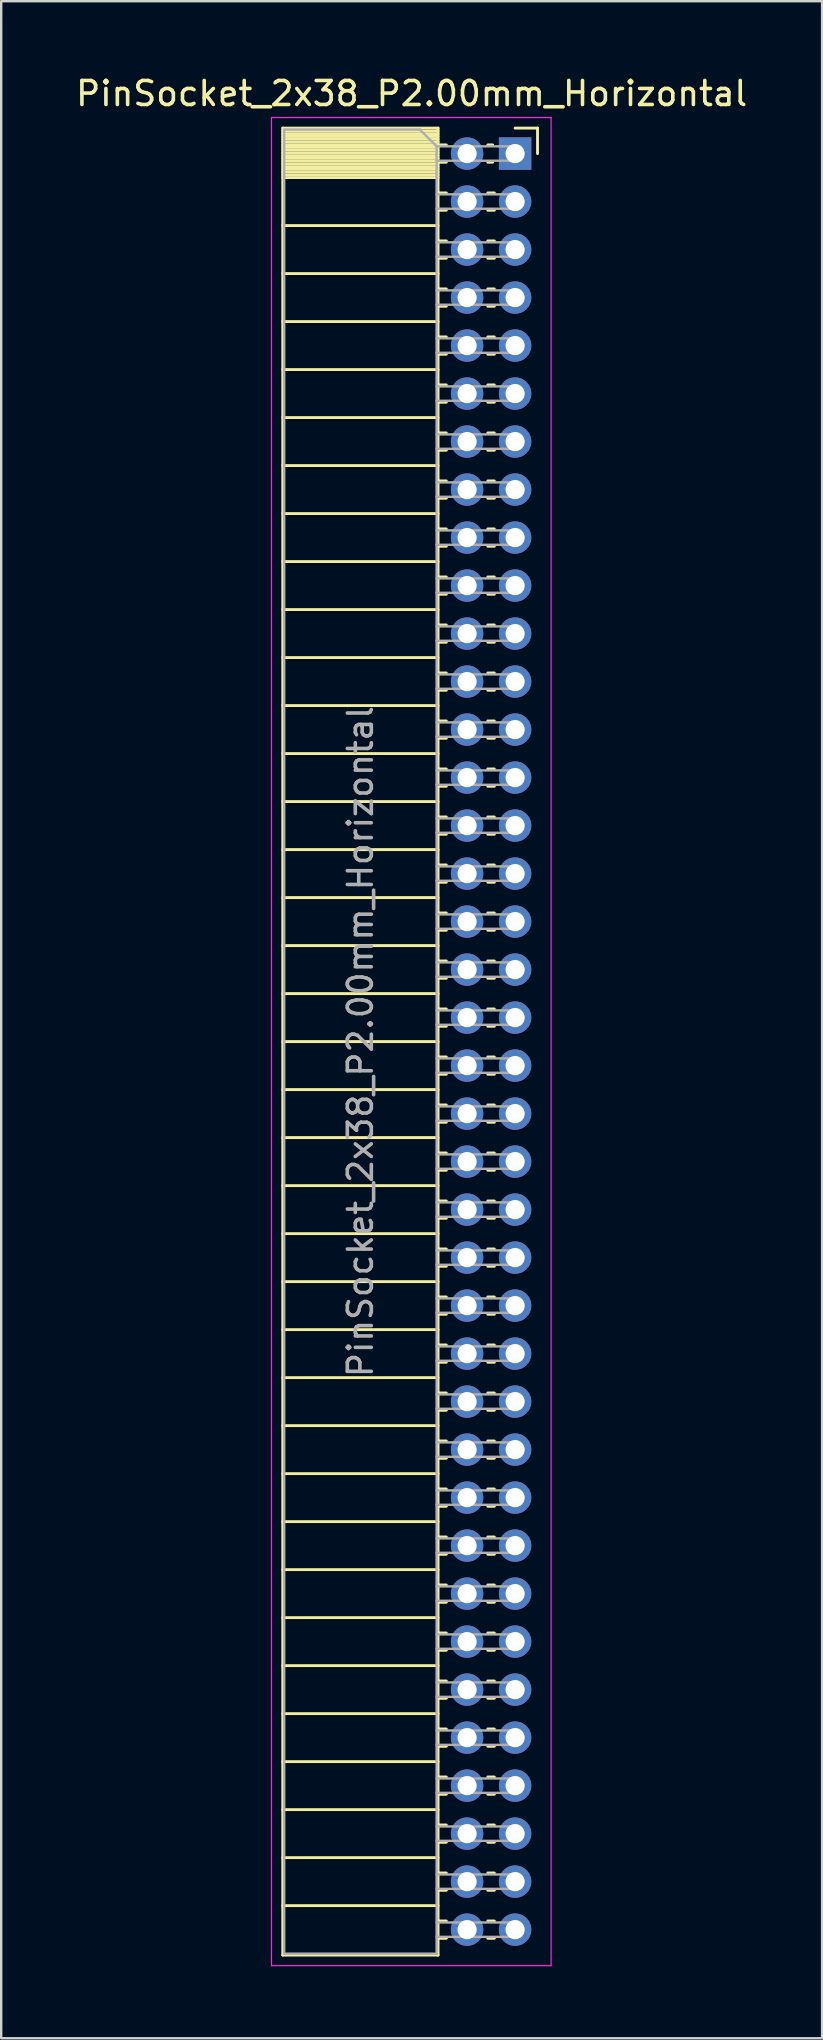
<source format=kicad_pcb>
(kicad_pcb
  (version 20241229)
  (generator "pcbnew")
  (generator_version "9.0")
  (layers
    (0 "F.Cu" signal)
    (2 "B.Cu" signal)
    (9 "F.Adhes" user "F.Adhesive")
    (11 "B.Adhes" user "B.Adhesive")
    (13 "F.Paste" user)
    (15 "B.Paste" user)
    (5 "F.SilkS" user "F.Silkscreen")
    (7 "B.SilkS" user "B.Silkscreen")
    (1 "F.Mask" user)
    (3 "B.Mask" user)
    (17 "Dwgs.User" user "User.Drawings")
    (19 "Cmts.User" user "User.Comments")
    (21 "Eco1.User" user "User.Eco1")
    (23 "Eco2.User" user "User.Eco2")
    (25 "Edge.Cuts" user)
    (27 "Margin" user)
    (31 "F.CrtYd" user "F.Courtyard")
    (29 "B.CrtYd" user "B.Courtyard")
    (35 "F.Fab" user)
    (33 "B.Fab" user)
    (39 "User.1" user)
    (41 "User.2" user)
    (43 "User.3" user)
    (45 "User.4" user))
  (footprint "PinSocket_2x38_P2.00mm_Horizontal"
    (layer "F.Cu")
    (at 18.411 3.348)
    (property "Reference" "PinSocket_2x38_P2.00mm_Horizontal" (at -4.31 -2.5 0) (layer "F.SilkS") (effects (font (size 1 1) (thickness 0.15))))
    (attr through_hole)
    (fp_line (start -9.68 -1.06) (end -9.68 75.06) (stroke (width 0.12) (type solid)) (layer "F.SilkS"))
    (fp_line (start -9.68 -1.06) (end -3.21 -1.06) (stroke (width 0.12) (type solid)) (layer "F.SilkS"))
    (fp_line (start -9.68 -0.94) (end -3.21 -0.94) (stroke (width 0.12) (type solid)) (layer "F.SilkS"))
    (fp_line (start -9.68 -0.826) (end -3.21 -0.826) (stroke (width 0.12) (type solid)) (layer "F.SilkS"))
    (fp_line (start -9.68 -0.712) (end -3.21 -0.712) (stroke (width 0.12) (type solid)) (layer "F.SilkS"))
    (fp_line (start -9.68 -0.598) (end -3.21 -0.598) (stroke (width 0.12) (type solid)) (layer "F.SilkS"))
    (fp_line (start -9.68 -0.484) (end -3.21 -0.484) (stroke (width 0.12) (type solid)) (layer "F.SilkS"))
    (fp_line (start -9.68 -0.369) (end -3.21 -0.369) (stroke (width 0.12) (type solid)) (layer "F.SilkS"))
    (fp_line (start -9.68 -0.255) (end -3.21 -0.255) (stroke (width 0.12) (type solid)) (layer "F.SilkS"))
    (fp_line (start -9.68 -0.141) (end -3.21 -0.141) (stroke (width 0.12) (type solid)) (layer "F.SilkS"))
    (fp_line (start -9.68 -0.027) (end -3.21 -0.027) (stroke (width 0.12) (type solid)) (layer "F.SilkS"))
    (fp_line (start -9.68 0.087) (end -3.21 0.087) (stroke (width 0.12) (type solid)) (layer "F.SilkS"))
    (fp_line (start -9.68 0.201) (end -3.21 0.201) (stroke (width 0.12) (type solid)) (layer "F.SilkS"))
    (fp_line (start -9.68 0.315) (end -3.21 0.315) (stroke (width 0.12) (type solid)) (layer "F.SilkS"))
    (fp_line (start -9.68 0.429) (end -3.21 0.429) (stroke (width 0.12) (type solid)) (layer "F.SilkS"))
    (fp_line (start -9.68 0.544) (end -3.21 0.544) (stroke (width 0.12) (type solid)) (layer "F.SilkS"))
    (fp_line (start -9.68 0.658) (end -3.21 0.658) (stroke (width 0.12) (type solid)) (layer "F.SilkS"))
    (fp_line (start -9.68 0.772) (end -3.21 0.772) (stroke (width 0.12) (type solid)) (layer "F.SilkS"))
    (fp_line (start -9.68 0.886) (end -3.21 0.886) (stroke (width 0.12) (type solid)) (layer "F.SilkS"))
    (fp_line (start -9.68 1) (end -3.21 1) (stroke (width 0.12) (type solid)) (layer "F.SilkS"))
    (fp_line (start -9.68 3) (end -3.21 3) (stroke (width 0.12) (type solid)) (layer "F.SilkS"))
    (fp_line (start -9.68 5) (end -3.21 5) (stroke (width 0.12) (type solid)) (layer "F.SilkS"))
    (fp_line (start -9.68 7) (end -3.21 7) (stroke (width 0.12) (type solid)) (layer "F.SilkS"))
    (fp_line (start -9.68 9) (end -3.21 9) (stroke (width 0.12) (type solid)) (layer "F.SilkS"))
    (fp_line (start -9.68 11) (end -3.21 11) (stroke (width 0.12) (type solid)) (layer "F.SilkS"))
    (fp_line (start -9.68 13) (end -3.21 13) (stroke (width 0.12) (type solid)) (layer "F.SilkS"))
    (fp_line (start -9.68 15) (end -3.21 15) (stroke (width 0.12) (type solid)) (layer "F.SilkS"))
    (fp_line (start -9.68 17) (end -3.21 17) (stroke (width 0.12) (type solid)) (layer "F.SilkS"))
    (fp_line (start -9.68 19) (end -3.21 19) (stroke (width 0.12) (type solid)) (layer "F.SilkS"))
    (fp_line (start -9.68 21) (end -3.21 21) (stroke (width 0.12) (type solid)) (layer "F.SilkS"))
    (fp_line (start -9.68 23) (end -3.21 23) (stroke (width 0.12) (type solid)) (layer "F.SilkS"))
    (fp_line (start -9.68 25) (end -3.21 25) (stroke (width 0.12) (type solid)) (layer "F.SilkS"))
    (fp_line (start -9.68 27) (end -3.21 27) (stroke (width 0.12) (type solid)) (layer "F.SilkS"))
    (fp_line (start -9.68 29) (end -3.21 29) (stroke (width 0.12) (type solid)) (layer "F.SilkS"))
    (fp_line (start -9.68 31) (end -3.21 31) (stroke (width 0.12) (type solid)) (layer "F.SilkS"))
    (fp_line (start -9.68 33) (end -3.21 33) (stroke (width 0.12) (type solid)) (layer "F.SilkS"))
    (fp_line (start -9.68 35) (end -3.21 35) (stroke (width 0.12) (type solid)) (layer "F.SilkS"))
    (fp_line (start -9.68 37) (end -3.21 37) (stroke (width 0.12) (type solid)) (layer "F.SilkS"))
    (fp_line (start -9.68 39) (end -3.21 39) (stroke (width 0.12) (type solid)) (layer "F.SilkS"))
    (fp_line (start -9.68 41) (end -3.21 41) (stroke (width 0.12) (type solid)) (layer "F.SilkS"))
    (fp_line (start -9.68 43) (end -3.21 43) (stroke (width 0.12) (type solid)) (layer "F.SilkS"))
    (fp_line (start -9.68 45) (end -3.21 45) (stroke (width 0.12) (type solid)) (layer "F.SilkS"))
    (fp_line (start -9.68 47) (end -3.21 47) (stroke (width 0.12) (type solid)) (layer "F.SilkS"))
    (fp_line (start -9.68 49) (end -3.21 49) (stroke (width 0.12) (type solid)) (layer "F.SilkS"))
    (fp_line (start -9.68 51) (end -3.21 51) (stroke (width 0.12) (type solid)) (layer "F.SilkS"))
    (fp_line (start -9.68 53) (end -3.21 53) (stroke (width 0.12) (type solid)) (layer "F.SilkS"))
    (fp_line (start -9.68 55) (end -3.21 55) (stroke (width 0.12) (type solid)) (layer "F.SilkS"))
    (fp_line (start -9.68 57) (end -3.21 57) (stroke (width 0.12) (type solid)) (layer "F.SilkS"))
    (fp_line (start -9.68 59) (end -3.21 59) (stroke (width 0.12) (type solid)) (layer "F.SilkS"))
    (fp_line (start -9.68 61) (end -3.21 61) (stroke (width 0.12) (type solid)) (layer "F.SilkS"))
    (fp_line (start -9.68 63) (end -3.21 63) (stroke (width 0.12) (type solid)) (layer "F.SilkS"))
    (fp_line (start -9.68 65) (end -3.21 65) (stroke (width 0.12) (type solid)) (layer "F.SilkS"))
    (fp_line (start -9.68 67) (end -3.21 67) (stroke (width 0.12) (type solid)) (layer "F.SilkS"))
    (fp_line (start -9.68 69) (end -3.21 69) (stroke (width 0.12) (type solid)) (layer "F.SilkS"))
    (fp_line (start -9.68 71) (end -3.21 71) (stroke (width 0.12) (type solid)) (layer "F.SilkS"))
    (fp_line (start -9.68 73) (end -3.21 73) (stroke (width 0.12) (type solid)) (layer "F.SilkS"))
    (fp_line (start -9.68 75.06) (end -3.21 75.06) (stroke (width 0.12) (type solid)) (layer "F.SilkS"))
    (fp_line (start -3.21 -1.06) (end -3.21 75.06) (stroke (width 0.12) (type solid)) (layer "F.SilkS"))
    (fp_line (start -3.21 -0.36) (end -2.863 -0.36) (stroke (width 0.12) (type solid)) (layer "F.SilkS"))
    (fp_line (start -3.21 0.36) (end -2.863 0.36) (stroke (width 0.12) (type solid)) (layer "F.SilkS"))
    (fp_line (start -3.21 1.64) (end -2.863 1.64) (stroke (width 0.12) (type solid)) (layer "F.SilkS"))
    (fp_line (start -3.21 2.36) (end -2.863 2.36) (stroke (width 0.12) (type solid)) (layer "F.SilkS"))
    (fp_line (start -3.21 3.64) (end -2.863 3.64) (stroke (width 0.12) (type solid)) (layer "F.SilkS"))
    (fp_line (start -3.21 4.36) (end -2.863 4.36) (stroke (width 0.12) (type solid)) (layer "F.SilkS"))
    (fp_line (start -3.21 5.64) (end -2.863 5.64) (stroke (width 0.12) (type solid)) (layer "F.SilkS"))
    (fp_line (start -3.21 6.36) (end -2.863 6.36) (stroke (width 0.12) (type solid)) (layer "F.SilkS"))
    (fp_line (start -3.21 7.64) (end -2.863 7.64) (stroke (width 0.12) (type solid)) (layer "F.SilkS"))
    (fp_line (start -3.21 8.36) (end -2.863 8.36) (stroke (width 0.12) (type solid)) (layer "F.SilkS"))
    (fp_line (start -3.21 9.64) (end -2.863 9.64) (stroke (width 0.12) (type solid)) (layer "F.SilkS"))
    (fp_line (start -3.21 10.36) (end -2.863 10.36) (stroke (width 0.12) (type solid)) (layer "F.SilkS"))
    (fp_line (start -3.21 11.64) (end -2.863 11.64) (stroke (width 0.12) (type solid)) (layer "F.SilkS"))
    (fp_line (start -3.21 12.36) (end -2.863 12.36) (stroke (width 0.12) (type solid)) (layer "F.SilkS"))
    (fp_line (start -3.21 13.64) (end -2.863 13.64) (stroke (width 0.12) (type solid)) (layer "F.SilkS"))
    (fp_line (start -3.21 14.36) (end -2.863 14.36) (stroke (width 0.12) (type solid)) (layer "F.SilkS"))
    (fp_line (start -3.21 15.64) (end -2.863 15.64) (stroke (width 0.12) (type solid)) (layer "F.SilkS"))
    (fp_line (start -3.21 16.36) (end -2.863 16.36) (stroke (width 0.12) (type solid)) (layer "F.SilkS"))
    (fp_line (start -3.21 17.64) (end -2.863 17.64) (stroke (width 0.12) (type solid)) (layer "F.SilkS"))
    (fp_line (start -3.21 18.36) (end -2.863 18.36) (stroke (width 0.12) (type solid)) (layer "F.SilkS"))
    (fp_line (start -3.21 19.64) (end -2.863 19.64) (stroke (width 0.12) (type solid)) (layer "F.SilkS"))
    (fp_line (start -3.21 20.36) (end -2.863 20.36) (stroke (width 0.12) (type solid)) (layer "F.SilkS"))
    (fp_line (start -3.21 21.64) (end -2.863 21.64) (stroke (width 0.12) (type solid)) (layer "F.SilkS"))
    (fp_line (start -3.21 22.36) (end -2.863 22.36) (stroke (width 0.12) (type solid)) (layer "F.SilkS"))
    (fp_line (start -3.21 23.64) (end -2.863 23.64) (stroke (width 0.12) (type solid)) (layer "F.SilkS"))
    (fp_line (start -3.21 24.36) (end -2.863 24.36) (stroke (width 0.12) (type solid)) (layer "F.SilkS"))
    (fp_line (start -3.21 25.64) (end -2.863 25.64) (stroke (width 0.12) (type solid)) (layer "F.SilkS"))
    (fp_line (start -3.21 26.36) (end -2.863 26.36) (stroke (width 0.12) (type solid)) (layer "F.SilkS"))
    (fp_line (start -3.21 27.64) (end -2.863 27.64) (stroke (width 0.12) (type solid)) (layer "F.SilkS"))
    (fp_line (start -3.21 28.36) (end -2.863 28.36) (stroke (width 0.12) (type solid)) (layer "F.SilkS"))
    (fp_line (start -3.21 29.64) (end -2.863 29.64) (stroke (width 0.12) (type solid)) (layer "F.SilkS"))
    (fp_line (start -3.21 30.36) (end -2.863 30.36) (stroke (width 0.12) (type solid)) (layer "F.SilkS"))
    (fp_line (start -3.21 31.64) (end -2.863 31.64) (stroke (width 0.12) (type solid)) (layer "F.SilkS"))
    (fp_line (start -3.21 32.36) (end -2.863 32.36) (stroke (width 0.12) (type solid)) (layer "F.SilkS"))
    (fp_line (start -3.21 33.64) (end -2.863 33.64) (stroke (width 0.12) (type solid)) (layer "F.SilkS"))
    (fp_line (start -3.21 34.36) (end -2.863 34.36) (stroke (width 0.12) (type solid)) (layer "F.SilkS"))
    (fp_line (start -3.21 35.64) (end -2.863 35.64) (stroke (width 0.12) (type solid)) (layer "F.SilkS"))
    (fp_line (start -3.21 36.36) (end -2.863 36.36) (stroke (width 0.12) (type solid)) (layer "F.SilkS"))
    (fp_line (start -3.21 37.64) (end -2.863 37.64) (stroke (width 0.12) (type solid)) (layer "F.SilkS"))
    (fp_line (start -3.21 38.36) (end -2.863 38.36) (stroke (width 0.12) (type solid)) (layer "F.SilkS"))
    (fp_line (start -3.21 39.64) (end -2.863 39.64) (stroke (width 0.12) (type solid)) (layer "F.SilkS"))
    (fp_line (start -3.21 40.36) (end -2.863 40.36) (stroke (width 0.12) (type solid)) (layer "F.SilkS"))
    (fp_line (start -3.21 41.64) (end -2.863 41.64) (stroke (width 0.12) (type solid)) (layer "F.SilkS"))
    (fp_line (start -3.21 42.36) (end -2.863 42.36) (stroke (width 0.12) (type solid)) (layer "F.SilkS"))
    (fp_line (start -3.21 43.64) (end -2.863 43.64) (stroke (width 0.12) (type solid)) (layer "F.SilkS"))
    (fp_line (start -3.21 44.36) (end -2.863 44.36) (stroke (width 0.12) (type solid)) (layer "F.SilkS"))
    (fp_line (start -3.21 45.64) (end -2.863 45.64) (stroke (width 0.12) (type solid)) (layer "F.SilkS"))
    (fp_line (start -3.21 46.36) (end -2.863 46.36) (stroke (width 0.12) (type solid)) (layer "F.SilkS"))
    (fp_line (start -3.21 47.64) (end -2.863 47.64) (stroke (width 0.12) (type solid)) (layer "F.SilkS"))
    (fp_line (start -3.21 48.36) (end -2.863 48.36) (stroke (width 0.12) (type solid)) (layer "F.SilkS"))
    (fp_line (start -3.21 49.64) (end -2.863 49.64) (stroke (width 0.12) (type solid)) (layer "F.SilkS"))
    (fp_line (start -3.21 50.36) (end -2.863 50.36) (stroke (width 0.12) (type solid)) (layer "F.SilkS"))
    (fp_line (start -3.21 51.64) (end -2.863 51.64) (stroke (width 0.12) (type solid)) (layer "F.SilkS"))
    (fp_line (start -3.21 52.36) (end -2.863 52.36) (stroke (width 0.12) (type solid)) (layer "F.SilkS"))
    (fp_line (start -3.21 53.64) (end -2.863 53.64) (stroke (width 0.12) (type solid)) (layer "F.SilkS"))
    (fp_line (start -3.21 54.36) (end -2.863 54.36) (stroke (width 0.12) (type solid)) (layer "F.SilkS"))
    (fp_line (start -3.21 55.64) (end -2.863 55.64) (stroke (width 0.12) (type solid)) (layer "F.SilkS"))
    (fp_line (start -3.21 56.36) (end -2.863 56.36) (stroke (width 0.12) (type solid)) (layer "F.SilkS"))
    (fp_line (start -3.21 57.64) (end -2.863 57.64) (stroke (width 0.12) (type solid)) (layer "F.SilkS"))
    (fp_line (start -3.21 58.36) (end -2.863 58.36) (stroke (width 0.12) (type solid)) (layer "F.SilkS"))
    (fp_line (start -3.21 59.64) (end -2.863 59.64) (stroke (width 0.12) (type solid)) (layer "F.SilkS"))
    (fp_line (start -3.21 60.36) (end -2.863 60.36) (stroke (width 0.12) (type solid)) (layer "F.SilkS"))
    (fp_line (start -3.21 61.64) (end -2.863 61.64) (stroke (width 0.12) (type solid)) (layer "F.SilkS"))
    (fp_line (start -3.21 62.36) (end -2.863 62.36) (stroke (width 0.12) (type solid)) (layer "F.SilkS"))
    (fp_line (start -3.21 63.64) (end -2.863 63.64) (stroke (width 0.12) (type solid)) (layer "F.SilkS"))
    (fp_line (start -3.21 64.36) (end -2.863 64.36) (stroke (width 0.12) (type solid)) (layer "F.SilkS"))
    (fp_line (start -3.21 65.64) (end -2.863 65.64) (stroke (width 0.12) (type solid)) (layer "F.SilkS"))
    (fp_line (start -3.21 66.36) (end -2.863 66.36) (stroke (width 0.12) (type solid)) (layer "F.SilkS"))
    (fp_line (start -3.21 67.64) (end -2.863 67.64) (stroke (width 0.12) (type solid)) (layer "F.SilkS"))
    (fp_line (start -3.21 68.36) (end -2.863 68.36) (stroke (width 0.12) (type solid)) (layer "F.SilkS"))
    (fp_line (start -3.21 69.64) (end -2.863 69.64) (stroke (width 0.12) (type solid)) (layer "F.SilkS"))
    (fp_line (start -3.21 70.36) (end -2.863 70.36) (stroke (width 0.12) (type solid)) (layer "F.SilkS"))
    (fp_line (start -3.21 71.64) (end -2.863 71.64) (stroke (width 0.12) (type solid)) (layer "F.SilkS"))
    (fp_line (start -3.21 72.36) (end -2.863 72.36) (stroke (width 0.12) (type solid)) (layer "F.SilkS"))
    (fp_line (start -3.21 73.64) (end -2.863 73.64) (stroke (width 0.12) (type solid)) (layer "F.SilkS"))
    (fp_line (start -3.21 74.36) (end -2.863 74.36) (stroke (width 0.12) (type solid)) (layer "F.SilkS"))
    (fp_line (start -1.137 -0.36) (end -0.935 -0.36) (stroke (width 0.12) (type solid)) (layer "F.SilkS"))
    (fp_line (start -1.137 0.36) (end -0.935 0.36) (stroke (width 0.12) (type solid)) (layer "F.SilkS"))
    (fp_line (start -1.137 1.64) (end -0.863 1.64) (stroke (width 0.12) (type solid)) (layer "F.SilkS"))
    (fp_line (start -1.137 2.36) (end -0.863 2.36) (stroke (width 0.12) (type solid)) (layer "F.SilkS"))
    (fp_line (start -1.137 3.64) (end -0.863 3.64) (stroke (width 0.12) (type solid)) (layer "F.SilkS"))
    (fp_line (start -1.137 4.36) (end -0.863 4.36) (stroke (width 0.12) (type solid)) (layer "F.SilkS"))
    (fp_line (start -1.137 5.64) (end -0.863 5.64) (stroke (width 0.12) (type solid)) (layer "F.SilkS"))
    (fp_line (start -1.137 6.36) (end -0.863 6.36) (stroke (width 0.12) (type solid)) (layer "F.SilkS"))
    (fp_line (start -1.137 7.64) (end -0.863 7.64) (stroke (width 0.12) (type solid)) (layer "F.SilkS"))
    (fp_line (start -1.137 8.36) (end -0.863 8.36) (stroke (width 0.12) (type solid)) (layer "F.SilkS"))
    (fp_line (start -1.137 9.64) (end -0.863 9.64) (stroke (width 0.12) (type solid)) (layer "F.SilkS"))
    (fp_line (start -1.137 10.36) (end -0.863 10.36) (stroke (width 0.12) (type solid)) (layer "F.SilkS"))
    (fp_line (start -1.137 11.64) (end -0.863 11.64) (stroke (width 0.12) (type solid)) (layer "F.SilkS"))
    (fp_line (start -1.137 12.36) (end -0.863 12.36) (stroke (width 0.12) (type solid)) (layer "F.SilkS"))
    (fp_line (start -1.137 13.64) (end -0.863 13.64) (stroke (width 0.12) (type solid)) (layer "F.SilkS"))
    (fp_line (start -1.137 14.36) (end -0.863 14.36) (stroke (width 0.12) (type solid)) (layer "F.SilkS"))
    (fp_line (start -1.137 15.64) (end -0.863 15.64) (stroke (width 0.12) (type solid)) (layer "F.SilkS"))
    (fp_line (start -1.137 16.36) (end -0.863 16.36) (stroke (width 0.12) (type solid)) (layer "F.SilkS"))
    (fp_line (start -1.137 17.64) (end -0.863 17.64) (stroke (width 0.12) (type solid)) (layer "F.SilkS"))
    (fp_line (start -1.137 18.36) (end -0.863 18.36) (stroke (width 0.12) (type solid)) (layer "F.SilkS"))
    (fp_line (start -1.137 19.64) (end -0.863 19.64) (stroke (width 0.12) (type solid)) (layer "F.SilkS"))
    (fp_line (start -1.137 20.36) (end -0.863 20.36) (stroke (width 0.12) (type solid)) (layer "F.SilkS"))
    (fp_line (start -1.137 21.64) (end -0.863 21.64) (stroke (width 0.12) (type solid)) (layer "F.SilkS"))
    (fp_line (start -1.137 22.36) (end -0.863 22.36) (stroke (width 0.12) (type solid)) (layer "F.SilkS"))
    (fp_line (start -1.137 23.64) (end -0.863 23.64) (stroke (width 0.12) (type solid)) (layer "F.SilkS"))
    (fp_line (start -1.137 24.36) (end -0.863 24.36) (stroke (width 0.12) (type solid)) (layer "F.SilkS"))
    (fp_line (start -1.137 25.64) (end -0.863 25.64) (stroke (width 0.12) (type solid)) (layer "F.SilkS"))
    (fp_line (start -1.137 26.36) (end -0.863 26.36) (stroke (width 0.12) (type solid)) (layer "F.SilkS"))
    (fp_line (start -1.137 27.64) (end -0.863 27.64) (stroke (width 0.12) (type solid)) (layer "F.SilkS"))
    (fp_line (start -1.137 28.36) (end -0.863 28.36) (stroke (width 0.12) (type solid)) (layer "F.SilkS"))
    (fp_line (start -1.137 29.64) (end -0.863 29.64) (stroke (width 0.12) (type solid)) (layer "F.SilkS"))
    (fp_line (start -1.137 30.36) (end -0.863 30.36) (stroke (width 0.12) (type solid)) (layer "F.SilkS"))
    (fp_line (start -1.137 31.64) (end -0.863 31.64) (stroke (width 0.12) (type solid)) (layer "F.SilkS"))
    (fp_line (start -1.137 32.36) (end -0.863 32.36) (stroke (width 0.12) (type solid)) (layer "F.SilkS"))
    (fp_line (start -1.137 33.64) (end -0.863 33.64) (stroke (width 0.12) (type solid)) (layer "F.SilkS"))
    (fp_line (start -1.137 34.36) (end -0.863 34.36) (stroke (width 0.12) (type solid)) (layer "F.SilkS"))
    (fp_line (start -1.137 35.64) (end -0.863 35.64) (stroke (width 0.12) (type solid)) (layer "F.SilkS"))
    (fp_line (start -1.137 36.36) (end -0.863 36.36) (stroke (width 0.12) (type solid)) (layer "F.SilkS"))
    (fp_line (start -1.137 37.64) (end -0.863 37.64) (stroke (width 0.12) (type solid)) (layer "F.SilkS"))
    (fp_line (start -1.137 38.36) (end -0.863 38.36) (stroke (width 0.12) (type solid)) (layer "F.SilkS"))
    (fp_line (start -1.137 39.64) (end -0.863 39.64) (stroke (width 0.12) (type solid)) (layer "F.SilkS"))
    (fp_line (start -1.137 40.36) (end -0.863 40.36) (stroke (width 0.12) (type solid)) (layer "F.SilkS"))
    (fp_line (start -1.137 41.64) (end -0.863 41.64) (stroke (width 0.12) (type solid)) (layer "F.SilkS"))
    (fp_line (start -1.137 42.36) (end -0.863 42.36) (stroke (width 0.12) (type solid)) (layer "F.SilkS"))
    (fp_line (start -1.137 43.64) (end -0.863 43.64) (stroke (width 0.12) (type solid)) (layer "F.SilkS"))
    (fp_line (start -1.137 44.36) (end -0.863 44.36) (stroke (width 0.12) (type solid)) (layer "F.SilkS"))
    (fp_line (start -1.137 45.64) (end -0.863 45.64) (stroke (width 0.12) (type solid)) (layer "F.SilkS"))
    (fp_line (start -1.137 46.36) (end -0.863 46.36) (stroke (width 0.12) (type solid)) (layer "F.SilkS"))
    (fp_line (start -1.137 47.64) (end -0.863 47.64) (stroke (width 0.12) (type solid)) (layer "F.SilkS"))
    (fp_line (start -1.137 48.36) (end -0.863 48.36) (stroke (width 0.12) (type solid)) (layer "F.SilkS"))
    (fp_line (start -1.137 49.64) (end -0.863 49.64) (stroke (width 0.12) (type solid)) (layer "F.SilkS"))
    (fp_line (start -1.137 50.36) (end -0.863 50.36) (stroke (width 0.12) (type solid)) (layer "F.SilkS"))
    (fp_line (start -1.137 51.64) (end -0.863 51.64) (stroke (width 0.12) (type solid)) (layer "F.SilkS"))
    (fp_line (start -1.137 52.36) (end -0.863 52.36) (stroke (width 0.12) (type solid)) (layer "F.SilkS"))
    (fp_line (start -1.137 53.64) (end -0.863 53.64) (stroke (width 0.12) (type solid)) (layer "F.SilkS"))
    (fp_line (start -1.137 54.36) (end -0.863 54.36) (stroke (width 0.12) (type solid)) (layer "F.SilkS"))
    (fp_line (start -1.137 55.64) (end -0.863 55.64) (stroke (width 0.12) (type solid)) (layer "F.SilkS"))
    (fp_line (start -1.137 56.36) (end -0.863 56.36) (stroke (width 0.12) (type solid)) (layer "F.SilkS"))
    (fp_line (start -1.137 57.64) (end -0.863 57.64) (stroke (width 0.12) (type solid)) (layer "F.SilkS"))
    (fp_line (start -1.137 58.36) (end -0.863 58.36) (stroke (width 0.12) (type solid)) (layer "F.SilkS"))
    (fp_line (start -1.137 59.64) (end -0.863 59.64) (stroke (width 0.12) (type solid)) (layer "F.SilkS"))
    (fp_line (start -1.137 60.36) (end -0.863 60.36) (stroke (width 0.12) (type solid)) (layer "F.SilkS"))
    (fp_line (start -1.137 61.64) (end -0.863 61.64) (stroke (width 0.12) (type solid)) (layer "F.SilkS"))
    (fp_line (start -1.137 62.36) (end -0.863 62.36) (stroke (width 0.12) (type solid)) (layer "F.SilkS"))
    (fp_line (start -1.137 63.64) (end -0.863 63.64) (stroke (width 0.12) (type solid)) (layer "F.SilkS"))
    (fp_line (start -1.137 64.36) (end -0.863 64.36) (stroke (width 0.12) (type solid)) (layer "F.SilkS"))
    (fp_line (start -1.137 65.64) (end -0.863 65.64) (stroke (width 0.12) (type solid)) (layer "F.SilkS"))
    (fp_line (start -1.137 66.36) (end -0.863 66.36) (stroke (width 0.12) (type solid)) (layer "F.SilkS"))
    (fp_line (start -1.137 67.64) (end -0.863 67.64) (stroke (width 0.12) (type solid)) (layer "F.SilkS"))
    (fp_line (start -1.137 68.36) (end -0.863 68.36) (stroke (width 0.12) (type solid)) (layer "F.SilkS"))
    (fp_line (start -1.137 69.64) (end -0.863 69.64) (stroke (width 0.12) (type solid)) (layer "F.SilkS"))
    (fp_line (start -1.137 70.36) (end -0.863 70.36) (stroke (width 0.12) (type solid)) (layer "F.SilkS"))
    (fp_line (start -1.137 71.64) (end -0.863 71.64) (stroke (width 0.12) (type solid)) (layer "F.SilkS"))
    (fp_line (start -1.137 72.36) (end -0.863 72.36) (stroke (width 0.12) (type solid)) (layer "F.SilkS"))
    (fp_line (start -1.137 73.64) (end -0.863 73.64) (stroke (width 0.12) (type solid)) (layer "F.SilkS"))
    (fp_line (start -1.137 74.36) (end -0.863 74.36) (stroke (width 0.12) (type solid)) (layer "F.SilkS"))
    (fp_line (start 0 -1.06) (end 0.935 -1.06) (stroke (width 0.12) (type solid)) (layer "F.SilkS"))
    (fp_line (start 0.935 -1.06) (end 0.935 0) (stroke (width 0.12) (type solid)) (layer "F.SilkS"))
    (fp_line (start -10.15 -1.5) (end -10.15 75.5) (stroke (width 0.05) (type solid)) (layer "F.CrtYd"))
    (fp_line (start -10.15 75.5) (end 1.5 75.5) (stroke (width 0.05) (type solid)) (layer "F.CrtYd"))
    (fp_line (start 1.5 -1.5) (end -10.15 -1.5) (stroke (width 0.05) (type solid)) (layer "F.CrtYd"))
    (fp_line (start 1.5 75.5) (end 1.5 -1.5) (stroke (width 0.05) (type solid)) (layer "F.CrtYd"))
    (fp_line (start -9.62 -1) (end -3.97 -1) (stroke (width 0.1) (type solid)) (layer "F.Fab"))
    (fp_line (start -9.62 75) (end -9.62 -1) (stroke (width 0.1) (type solid)) (layer "F.Fab"))
    (fp_line (start -3.97 -1) (end -3.27 -0.3) (stroke (width 0.1) (type solid)) (layer "F.Fab"))
    (fp_line (start -3.27 -0.3) (end -3.27 75) (stroke (width 0.1) (type solid)) (layer "F.Fab"))
    (fp_line (start -3.27 0.3) (end 0 0.3) (stroke (width 0.1) (type solid)) (layer "F.Fab"))
    (fp_line (start -3.27 2.3) (end 0 2.3) (stroke (width 0.1) (type solid)) (layer "F.Fab"))
    (fp_line (start -3.27 4.3) (end 0 4.3) (stroke (width 0.1) (type solid)) (layer "F.Fab"))
    (fp_line (start -3.27 6.3) (end 0 6.3) (stroke (width 0.1) (type solid)) (layer "F.Fab"))
    (fp_line (start -3.27 8.3) (end 0 8.3) (stroke (width 0.1) (type solid)) (layer "F.Fab"))
    (fp_line (start -3.27 10.3) (end 0 10.3) (stroke (width 0.1) (type solid)) (layer "F.Fab"))
    (fp_line (start -3.27 12.3) (end 0 12.3) (stroke (width 0.1) (type solid)) (layer "F.Fab"))
    (fp_line (start -3.27 14.3) (end 0 14.3) (stroke (width 0.1) (type solid)) (layer "F.Fab"))
    (fp_line (start -3.27 16.3) (end 0 16.3) (stroke (width 0.1) (type solid)) (layer "F.Fab"))
    (fp_line (start -3.27 18.3) (end 0 18.3) (stroke (width 0.1) (type solid)) (layer "F.Fab"))
    (fp_line (start -3.27 20.3) (end 0 20.3) (stroke (width 0.1) (type solid)) (layer "F.Fab"))
    (fp_line (start -3.27 22.3) (end 0 22.3) (stroke (width 0.1) (type solid)) (layer "F.Fab"))
    (fp_line (start -3.27 24.3) (end 0 24.3) (stroke (width 0.1) (type solid)) (layer "F.Fab"))
    (fp_line (start -3.27 26.3) (end 0 26.3) (stroke (width 0.1) (type solid)) (layer "F.Fab"))
    (fp_line (start -3.27 28.3) (end 0 28.3) (stroke (width 0.1) (type solid)) (layer "F.Fab"))
    (fp_line (start -3.27 30.3) (end 0 30.3) (stroke (width 0.1) (type solid)) (layer "F.Fab"))
    (fp_line (start -3.27 32.3) (end 0 32.3) (stroke (width 0.1) (type solid)) (layer "F.Fab"))
    (fp_line (start -3.27 34.3) (end 0 34.3) (stroke (width 0.1) (type solid)) (layer "F.Fab"))
    (fp_line (start -3.27 36.3) (end 0 36.3) (stroke (width 0.1) (type solid)) (layer "F.Fab"))
    (fp_line (start -3.27 38.3) (end 0 38.3) (stroke (width 0.1) (type solid)) (layer "F.Fab"))
    (fp_line (start -3.27 40.3) (end 0 40.3) (stroke (width 0.1) (type solid)) (layer "F.Fab"))
    (fp_line (start -3.27 42.3) (end 0 42.3) (stroke (width 0.1) (type solid)) (layer "F.Fab"))
    (fp_line (start -3.27 44.3) (end 0 44.3) (stroke (width 0.1) (type solid)) (layer "F.Fab"))
    (fp_line (start -3.27 46.3) (end 0 46.3) (stroke (width 0.1) (type solid)) (layer "F.Fab"))
    (fp_line (start -3.27 48.3) (end 0 48.3) (stroke (width 0.1) (type solid)) (layer "F.Fab"))
    (fp_line (start -3.27 50.3) (end 0 50.3) (stroke (width 0.1) (type solid)) (layer "F.Fab"))
    (fp_line (start -3.27 52.3) (end 0 52.3) (stroke (width 0.1) (type solid)) (layer "F.Fab"))
    (fp_line (start -3.27 54.3) (end 0 54.3) (stroke (width 0.1) (type solid)) (layer "F.Fab"))
    (fp_line (start -3.27 56.3) (end 0 56.3) (stroke (width 0.1) (type solid)) (layer "F.Fab"))
    (fp_line (start -3.27 58.3) (end 0 58.3) (stroke (width 0.1) (type solid)) (layer "F.Fab"))
    (fp_line (start -3.27 60.3) (end 0 60.3) (stroke (width 0.1) (type solid)) (layer "F.Fab"))
    (fp_line (start -3.27 62.3) (end 0 62.3) (stroke (width 0.1) (type solid)) (layer "F.Fab"))
    (fp_line (start -3.27 64.3) (end 0 64.3) (stroke (width 0.1) (type solid)) (layer "F.Fab"))
    (fp_line (start -3.27 66.3) (end 0 66.3) (stroke (width 0.1) (type solid)) (layer "F.Fab"))
    (fp_line (start -3.27 68.3) (end 0 68.3) (stroke (width 0.1) (type solid)) (layer "F.Fab"))
    (fp_line (start -3.27 70.3) (end 0 70.3) (stroke (width 0.1) (type solid)) (layer "F.Fab"))
    (fp_line (start -3.27 72.3) (end 0 72.3) (stroke (width 0.1) (type solid)) (layer "F.Fab"))
    (fp_line (start -3.27 74.3) (end 0 74.3) (stroke (width 0.1) (type solid)) (layer "F.Fab"))
    (fp_line (start -3.27 75) (end -9.62 75) (stroke (width 0.1) (type solid)) (layer "F.Fab"))
    (fp_line (start 0 -0.3) (end -3.27 -0.3) (stroke (width 0.1) (type solid)) (layer "F.Fab"))
    (fp_line (start 0 0.3) (end 0 -0.3) (stroke (width 0.1) (type solid)) (layer "F.Fab"))
    (fp_line (start 0 1.7) (end -3.27 1.7) (stroke (width 0.1) (type solid)) (layer "F.Fab"))
    (fp_line (start 0 2.3) (end 0 1.7) (stroke (width 0.1) (type solid)) (layer "F.Fab"))
    (fp_line (start 0 3.7) (end -3.27 3.7) (stroke (width 0.1) (type solid)) (layer "F.Fab"))
    (fp_line (start 0 4.3) (end 0 3.7) (stroke (width 0.1) (type solid)) (layer "F.Fab"))
    (fp_line (start 0 5.7) (end -3.27 5.7) (stroke (width 0.1) (type solid)) (layer "F.Fab"))
    (fp_line (start 0 6.3) (end 0 5.7) (stroke (width 0.1) (type solid)) (layer "F.Fab"))
    (fp_line (start 0 7.7) (end -3.27 7.7) (stroke (width 0.1) (type solid)) (layer "F.Fab"))
    (fp_line (start 0 8.3) (end 0 7.7) (stroke (width 0.1) (type solid)) (layer "F.Fab"))
    (fp_line (start 0 9.7) (end -3.27 9.7) (stroke (width 0.1) (type solid)) (layer "F.Fab"))
    (fp_line (start 0 10.3) (end 0 9.7) (stroke (width 0.1) (type solid)) (layer "F.Fab"))
    (fp_line (start 0 11.7) (end -3.27 11.7) (stroke (width 0.1) (type solid)) (layer "F.Fab"))
    (fp_line (start 0 12.3) (end 0 11.7) (stroke (width 0.1) (type solid)) (layer "F.Fab"))
    (fp_line (start 0 13.7) (end -3.27 13.7) (stroke (width 0.1) (type solid)) (layer "F.Fab"))
    (fp_line (start 0 14.3) (end 0 13.7) (stroke (width 0.1) (type solid)) (layer "F.Fab"))
    (fp_line (start 0 15.7) (end -3.27 15.7) (stroke (width 0.1) (type solid)) (layer "F.Fab"))
    (fp_line (start 0 16.3) (end 0 15.7) (stroke (width 0.1) (type solid)) (layer "F.Fab"))
    (fp_line (start 0 17.7) (end -3.27 17.7) (stroke (width 0.1) (type solid)) (layer "F.Fab"))
    (fp_line (start 0 18.3) (end 0 17.7) (stroke (width 0.1) (type solid)) (layer "F.Fab"))
    (fp_line (start 0 19.7) (end -3.27 19.7) (stroke (width 0.1) (type solid)) (layer "F.Fab"))
    (fp_line (start 0 20.3) (end 0 19.7) (stroke (width 0.1) (type solid)) (layer "F.Fab"))
    (fp_line (start 0 21.7) (end -3.27 21.7) (stroke (width 0.1) (type solid)) (layer "F.Fab"))
    (fp_line (start 0 22.3) (end 0 21.7) (stroke (width 0.1) (type solid)) (layer "F.Fab"))
    (fp_line (start 0 23.7) (end -3.27 23.7) (stroke (width 0.1) (type solid)) (layer "F.Fab"))
    (fp_line (start 0 24.3) (end 0 23.7) (stroke (width 0.1) (type solid)) (layer "F.Fab"))
    (fp_line (start 0 25.7) (end -3.27 25.7) (stroke (width 0.1) (type solid)) (layer "F.Fab"))
    (fp_line (start 0 26.3) (end 0 25.7) (stroke (width 0.1) (type solid)) (layer "F.Fab"))
    (fp_line (start 0 27.7) (end -3.27 27.7) (stroke (width 0.1) (type solid)) (layer "F.Fab"))
    (fp_line (start 0 28.3) (end 0 27.7) (stroke (width 0.1) (type solid)) (layer "F.Fab"))
    (fp_line (start 0 29.7) (end -3.27 29.7) (stroke (width 0.1) (type solid)) (layer "F.Fab"))
    (fp_line (start 0 30.3) (end 0 29.7) (stroke (width 0.1) (type solid)) (layer "F.Fab"))
    (fp_line (start 0 31.7) (end -3.27 31.7) (stroke (width 0.1) (type solid)) (layer "F.Fab"))
    (fp_line (start 0 32.3) (end 0 31.7) (stroke (width 0.1) (type solid)) (layer "F.Fab"))
    (fp_line (start 0 33.7) (end -3.27 33.7) (stroke (width 0.1) (type solid)) (layer "F.Fab"))
    (fp_line (start 0 34.3) (end 0 33.7) (stroke (width 0.1) (type solid)) (layer "F.Fab"))
    (fp_line (start 0 35.7) (end -3.27 35.7) (stroke (width 0.1) (type solid)) (layer "F.Fab"))
    (fp_line (start 0 36.3) (end 0 35.7) (stroke (width 0.1) (type solid)) (layer "F.Fab"))
    (fp_line (start 0 37.7) (end -3.27 37.7) (stroke (width 0.1) (type solid)) (layer "F.Fab"))
    (fp_line (start 0 38.3) (end 0 37.7) (stroke (width 0.1) (type solid)) (layer "F.Fab"))
    (fp_line (start 0 39.7) (end -3.27 39.7) (stroke (width 0.1) (type solid)) (layer "F.Fab"))
    (fp_line (start 0 40.3) (end 0 39.7) (stroke (width 0.1) (type solid)) (layer "F.Fab"))
    (fp_line (start 0 41.7) (end -3.27 41.7) (stroke (width 0.1) (type solid)) (layer "F.Fab"))
    (fp_line (start 0 42.3) (end 0 41.7) (stroke (width 0.1) (type solid)) (layer "F.Fab"))
    (fp_line (start 0 43.7) (end -3.27 43.7) (stroke (width 0.1) (type solid)) (layer "F.Fab"))
    (fp_line (start 0 44.3) (end 0 43.7) (stroke (width 0.1) (type solid)) (layer "F.Fab"))
    (fp_line (start 0 45.7) (end -3.27 45.7) (stroke (width 0.1) (type solid)) (layer "F.Fab"))
    (fp_line (start 0 46.3) (end 0 45.7) (stroke (width 0.1) (type solid)) (layer "F.Fab"))
    (fp_line (start 0 47.7) (end -3.27 47.7) (stroke (width 0.1) (type solid)) (layer "F.Fab"))
    (fp_line (start 0 48.3) (end 0 47.7) (stroke (width 0.1) (type solid)) (layer "F.Fab"))
    (fp_line (start 0 49.7) (end -3.27 49.7) (stroke (width 0.1) (type solid)) (layer "F.Fab"))
    (fp_line (start 0 50.3) (end 0 49.7) (stroke (width 0.1) (type solid)) (layer "F.Fab"))
    (fp_line (start 0 51.7) (end -3.27 51.7) (stroke (width 0.1) (type solid)) (layer "F.Fab"))
    (fp_line (start 0 52.3) (end 0 51.7) (stroke (width 0.1) (type solid)) (layer "F.Fab"))
    (fp_line (start 0 53.7) (end -3.27 53.7) (stroke (width 0.1) (type solid)) (layer "F.Fab"))
    (fp_line (start 0 54.3) (end 0 53.7) (stroke (width 0.1) (type solid)) (layer "F.Fab"))
    (fp_line (start 0 55.7) (end -3.27 55.7) (stroke (width 0.1) (type solid)) (layer "F.Fab"))
    (fp_line (start 0 56.3) (end 0 55.7) (stroke (width 0.1) (type solid)) (layer "F.Fab"))
    (fp_line (start 0 57.7) (end -3.27 57.7) (stroke (width 0.1) (type solid)) (layer "F.Fab"))
    (fp_line (start 0 58.3) (end 0 57.7) (stroke (width 0.1) (type solid)) (layer "F.Fab"))
    (fp_line (start 0 59.7) (end -3.27 59.7) (stroke (width 0.1) (type solid)) (layer "F.Fab"))
    (fp_line (start 0 60.3) (end 0 59.7) (stroke (width 0.1) (type solid)) (layer "F.Fab"))
    (fp_line (start 0 61.7) (end -3.27 61.7) (stroke (width 0.1) (type solid)) (layer "F.Fab"))
    (fp_line (start 0 62.3) (end 0 61.7) (stroke (width 0.1) (type solid)) (layer "F.Fab"))
    (fp_line (start 0 63.7) (end -3.27 63.7) (stroke (width 0.1) (type solid)) (layer "F.Fab"))
    (fp_line (start 0 64.3) (end 0 63.7) (stroke (width 0.1) (type solid)) (layer "F.Fab"))
    (fp_line (start 0 65.7) (end -3.27 65.7) (stroke (width 0.1) (type solid)) (layer "F.Fab"))
    (fp_line (start 0 66.3) (end 0 65.7) (stroke (width 0.1) (type solid)) (layer "F.Fab"))
    (fp_line (start 0 67.7) (end -3.27 67.7) (stroke (width 0.1) (type solid)) (layer "F.Fab"))
    (fp_line (start 0 68.3) (end 0 67.7) (stroke (width 0.1) (type solid)) (layer "F.Fab"))
    (fp_line (start 0 69.7) (end -3.27 69.7) (stroke (width 0.1) (type solid)) (layer "F.Fab"))
    (fp_line (start 0 70.3) (end 0 69.7) (stroke (width 0.1) (type solid)) (layer "F.Fab"))
    (fp_line (start 0 71.7) (end -3.27 71.7) (stroke (width 0.1) (type solid)) (layer "F.Fab"))
    (fp_line (start 0 72.3) (end 0 71.7) (stroke (width 0.1) (type solid)) (layer "F.Fab"))
    (fp_line (start 0 73.7) (end -3.27 73.7) (stroke (width 0.1) (type solid)) (layer "F.Fab"))
    (fp_line (start 0 74.3) (end 0 73.7) (stroke (width 0.1) (type solid)) (layer "F.Fab"))
    (fp_text user "${REFERENCE}" (at -6.445 37 90) (layer "F.Fab") (effects (font (size 1 1) (thickness 0.15))))
    (pad "1" thru_hole rect (at 0 0) (size 1.35 1.35) (drill 0.8) (layers "*.Cu" "*.Mask"))
    (pad "2" thru_hole circle (at -2 0) (size 1.35 1.35) (drill 0.8) (layers "*.Cu" "*.Mask"))
    (pad "3" thru_hole circle (at 0 2) (size 1.35 1.35) (drill 0.8) (layers "*.Cu" "*.Mask"))
    (pad "4" thru_hole circle (at -2 2) (size 1.35 1.35) (drill 0.8) (layers "*.Cu" "*.Mask"))
    (pad "5" thru_hole circle (at 0 4) (size 1.35 1.35) (drill 0.8) (layers "*.Cu" "*.Mask"))
    (pad "6" thru_hole circle (at -2 4) (size 1.35 1.35) (drill 0.8) (layers "*.Cu" "*.Mask"))
    (pad "7" thru_hole circle (at 0 6) (size 1.35 1.35) (drill 0.8) (layers "*.Cu" "*.Mask"))
    (pad "8" thru_hole circle (at -2 6) (size 1.35 1.35) (drill 0.8) (layers "*.Cu" "*.Mask"))
    (pad "9" thru_hole circle (at 0 8) (size 1.35 1.35) (drill 0.8) (layers "*.Cu" "*.Mask"))
    (pad "10" thru_hole circle (at -2 8) (size 1.35 1.35) (drill 0.8) (layers "*.Cu" "*.Mask"))
    (pad "11" thru_hole circle (at 0 10) (size 1.35 1.35) (drill 0.8) (layers "*.Cu" "*.Mask"))
    (pad "12" thru_hole circle (at -2 10) (size 1.35 1.35) (drill 0.8) (layers "*.Cu" "*.Mask"))
    (pad "13" thru_hole circle (at 0 12) (size 1.35 1.35) (drill 0.8) (layers "*.Cu" "*.Mask"))
    (pad "14" thru_hole circle (at -2 12) (size 1.35 1.35) (drill 0.8) (layers "*.Cu" "*.Mask"))
    (pad "15" thru_hole circle (at 0 14) (size 1.35 1.35) (drill 0.8) (layers "*.Cu" "*.Mask"))
    (pad "16" thru_hole circle (at -2 14) (size 1.35 1.35) (drill 0.8) (layers "*.Cu" "*.Mask"))
    (pad "17" thru_hole circle (at 0 16) (size 1.35 1.35) (drill 0.8) (layers "*.Cu" "*.Mask"))
    (pad "18" thru_hole circle (at -2 16) (size 1.35 1.35) (drill 0.8) (layers "*.Cu" "*.Mask"))
    (pad "19" thru_hole circle (at 0 18) (size 1.35 1.35) (drill 0.8) (layers "*.Cu" "*.Mask"))
    (pad "20" thru_hole circle (at -2 18) (size 1.35 1.35) (drill 0.8) (layers "*.Cu" "*.Mask"))
    (pad "21" thru_hole circle (at 0 20) (size 1.35 1.35) (drill 0.8) (layers "*.Cu" "*.Mask"))
    (pad "22" thru_hole circle (at -2 20) (size 1.35 1.35) (drill 0.8) (layers "*.Cu" "*.Mask"))
    (pad "23" thru_hole circle (at 0 22) (size 1.35 1.35) (drill 0.8) (layers "*.Cu" "*.Mask"))
    (pad "24" thru_hole circle (at -2 22) (size 1.35 1.35) (drill 0.8) (layers "*.Cu" "*.Mask"))
    (pad "25" thru_hole circle (at 0 24) (size 1.35 1.35) (drill 0.8) (layers "*.Cu" "*.Mask"))
    (pad "26" thru_hole circle (at -2 24) (size 1.35 1.35) (drill 0.8) (layers "*.Cu" "*.Mask"))
    (pad "27" thru_hole circle (at 0 26) (size 1.35 1.35) (drill 0.8) (layers "*.Cu" "*.Mask"))
    (pad "28" thru_hole circle (at -2 26) (size 1.35 1.35) (drill 0.8) (layers "*.Cu" "*.Mask"))
    (pad "29" thru_hole circle (at 0 28) (size 1.35 1.35) (drill 0.8) (layers "*.Cu" "*.Mask"))
    (pad "30" thru_hole circle (at -2 28) (size 1.35 1.35) (drill 0.8) (layers "*.Cu" "*.Mask"))
    (pad "31" thru_hole circle (at 0 30) (size 1.35 1.35) (drill 0.8) (layers "*.Cu" "*.Mask"))
    (pad "32" thru_hole circle (at -2 30) (size 1.35 1.35) (drill 0.8) (layers "*.Cu" "*.Mask"))
    (pad "33" thru_hole circle (at 0 32) (size 1.35 1.35) (drill 0.8) (layers "*.Cu" "*.Mask"))
    (pad "34" thru_hole circle (at -2 32) (size 1.35 1.35) (drill 0.8) (layers "*.Cu" "*.Mask"))
    (pad "35" thru_hole circle (at 0 34) (size 1.35 1.35) (drill 0.8) (layers "*.Cu" "*.Mask"))
    (pad "36" thru_hole circle (at -2 34) (size 1.35 1.35) (drill 0.8) (layers "*.Cu" "*.Mask"))
    (pad "37" thru_hole circle (at 0 36) (size 1.35 1.35) (drill 0.8) (layers "*.Cu" "*.Mask"))
    (pad "38" thru_hole circle (at -2 36) (size 1.35 1.35) (drill 0.8) (layers "*.Cu" "*.Mask"))
    (pad "39" thru_hole circle (at 0 38) (size 1.35 1.35) (drill 0.8) (layers "*.Cu" "*.Mask"))
    (pad "40" thru_hole circle (at -2 38) (size 1.35 1.35) (drill 0.8) (layers "*.Cu" "*.Mask"))
    (pad "41" thru_hole circle (at 0 40) (size 1.35 1.35) (drill 0.8) (layers "*.Cu" "*.Mask"))
    (pad "42" thru_hole circle (at -2 40) (size 1.35 1.35) (drill 0.8) (layers "*.Cu" "*.Mask"))
    (pad "43" thru_hole circle (at 0 42) (size 1.35 1.35) (drill 0.8) (layers "*.Cu" "*.Mask"))
    (pad "44" thru_hole circle (at -2 42) (size 1.35 1.35) (drill 0.8) (layers "*.Cu" "*.Mask"))
    (pad "45" thru_hole circle (at 0 44) (size 1.35 1.35) (drill 0.8) (layers "*.Cu" "*.Mask"))
    (pad "46" thru_hole circle (at -2 44) (size 1.35 1.35) (drill 0.8) (layers "*.Cu" "*.Mask"))
    (pad "47" thru_hole circle (at 0 46) (size 1.35 1.35) (drill 0.8) (layers "*.Cu" "*.Mask"))
    (pad "48" thru_hole circle (at -2 46) (size 1.35 1.35) (drill 0.8) (layers "*.Cu" "*.Mask"))
    (pad "49" thru_hole circle (at 0 48) (size 1.35 1.35) (drill 0.8) (layers "*.Cu" "*.Mask"))
    (pad "50" thru_hole circle (at -2 48) (size 1.35 1.35) (drill 0.8) (layers "*.Cu" "*.Mask"))
    (pad "51" thru_hole circle (at 0 50) (size 1.35 1.35) (drill 0.8) (layers "*.Cu" "*.Mask"))
    (pad "52" thru_hole circle (at -2 50) (size 1.35 1.35) (drill 0.8) (layers "*.Cu" "*.Mask"))
    (pad "53" thru_hole circle (at 0 52) (size 1.35 1.35) (drill 0.8) (layers "*.Cu" "*.Mask"))
    (pad "54" thru_hole circle (at -2 52) (size 1.35 1.35) (drill 0.8) (layers "*.Cu" "*.Mask"))
    (pad "55" thru_hole circle (at 0 54) (size 1.35 1.35) (drill 0.8) (layers "*.Cu" "*.Mask"))
    (pad "56" thru_hole circle (at -2 54) (size 1.35 1.35) (drill 0.8) (layers "*.Cu" "*.Mask"))
    (pad "57" thru_hole circle (at 0 56) (size 1.35 1.35) (drill 0.8) (layers "*.Cu" "*.Mask"))
    (pad "58" thru_hole circle (at -2 56) (size 1.35 1.35) (drill 0.8) (layers "*.Cu" "*.Mask"))
    (pad "59" thru_hole circle (at 0 58) (size 1.35 1.35) (drill 0.8) (layers "*.Cu" "*.Mask"))
    (pad "60" thru_hole circle (at -2 58) (size 1.35 1.35) (drill 0.8) (layers "*.Cu" "*.Mask"))
    (pad "61" thru_hole circle (at 0 60) (size 1.35 1.35) (drill 0.8) (layers "*.Cu" "*.Mask"))
    (pad "62" thru_hole circle (at -2 60) (size 1.35 1.35) (drill 0.8) (layers "*.Cu" "*.Mask"))
    (pad "63" thru_hole circle (at 0 62) (size 1.35 1.35) (drill 0.8) (layers "*.Cu" "*.Mask"))
    (pad "64" thru_hole circle (at -2 62) (size 1.35 1.35) (drill 0.8) (layers "*.Cu" "*.Mask"))
    (pad "65" thru_hole circle (at 0 64) (size 1.35 1.35) (drill 0.8) (layers "*.Cu" "*.Mask"))
    (pad "66" thru_hole circle (at -2 64) (size 1.35 1.35) (drill 0.8) (layers "*.Cu" "*.Mask"))
    (pad "67" thru_hole circle (at 0 66) (size 1.35 1.35) (drill 0.8) (layers "*.Cu" "*.Mask"))
    (pad "68" thru_hole circle (at -2 66) (size 1.35 1.35) (drill 0.8) (layers "*.Cu" "*.Mask"))
    (pad "69" thru_hole circle (at 0 68) (size 1.35 1.35) (drill 0.8) (layers "*.Cu" "*.Mask"))
    (pad "70" thru_hole circle (at -2 68) (size 1.35 1.35) (drill 0.8) (layers "*.Cu" "*.Mask"))
    (pad "71" thru_hole circle (at 0 70) (size 1.35 1.35) (drill 0.8) (layers "*.Cu" "*.Mask"))
    (pad "72" thru_hole circle (at -2 70) (size 1.35 1.35) (drill 0.8) (layers "*.Cu" "*.Mask"))
    (pad "73" thru_hole circle (at 0 72) (size 1.35 1.35) (drill 0.8) (layers "*.Cu" "*.Mask"))
    (pad "74" thru_hole circle (at -2 72) (size 1.35 1.35) (drill 0.8) (layers "*.Cu" "*.Mask"))
    (pad "75" thru_hole circle (at 0 74) (size 1.35 1.35) (drill 0.8) (layers "*.Cu" "*.Mask"))
    (pad "76" thru_hole circle (at -2 74) (size 1.35 1.35) (drill 0.8) (layers "*.Cu" "*.Mask")))
  (gr_rect
    (start -3 -3)
    (end 31.202 81.873)
    (stroke (width 0.1) (type default))
    (fill no)
    (layer "Edge.Cuts")))
</source>
